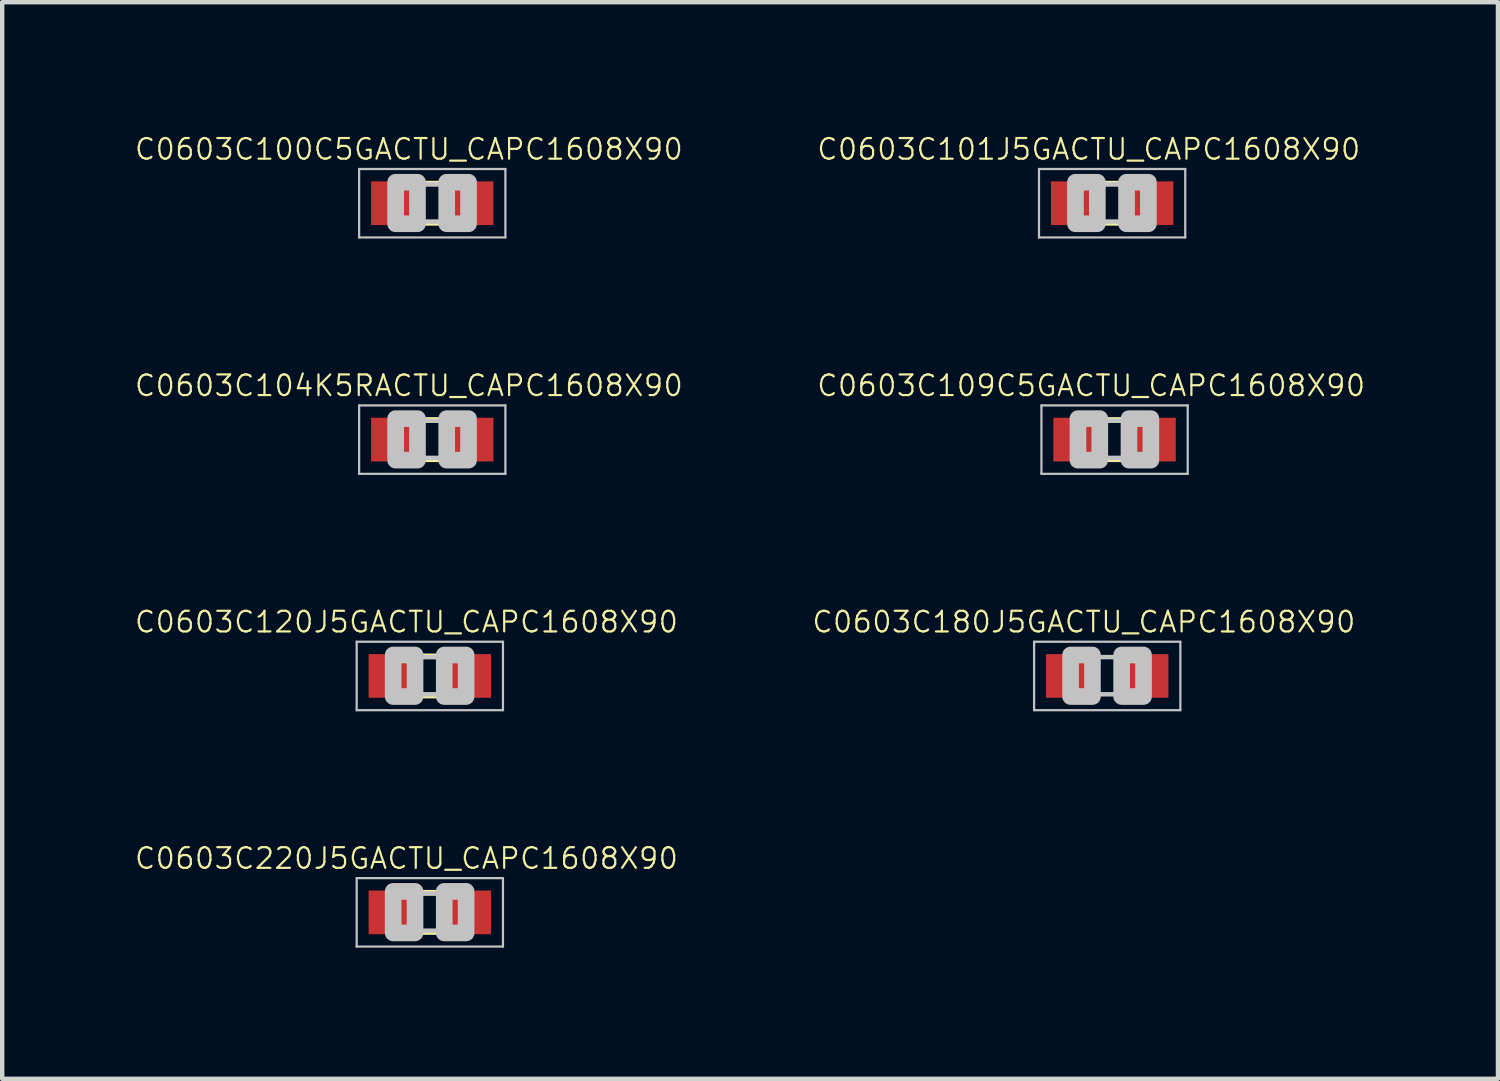
<source format=kicad_pcb>
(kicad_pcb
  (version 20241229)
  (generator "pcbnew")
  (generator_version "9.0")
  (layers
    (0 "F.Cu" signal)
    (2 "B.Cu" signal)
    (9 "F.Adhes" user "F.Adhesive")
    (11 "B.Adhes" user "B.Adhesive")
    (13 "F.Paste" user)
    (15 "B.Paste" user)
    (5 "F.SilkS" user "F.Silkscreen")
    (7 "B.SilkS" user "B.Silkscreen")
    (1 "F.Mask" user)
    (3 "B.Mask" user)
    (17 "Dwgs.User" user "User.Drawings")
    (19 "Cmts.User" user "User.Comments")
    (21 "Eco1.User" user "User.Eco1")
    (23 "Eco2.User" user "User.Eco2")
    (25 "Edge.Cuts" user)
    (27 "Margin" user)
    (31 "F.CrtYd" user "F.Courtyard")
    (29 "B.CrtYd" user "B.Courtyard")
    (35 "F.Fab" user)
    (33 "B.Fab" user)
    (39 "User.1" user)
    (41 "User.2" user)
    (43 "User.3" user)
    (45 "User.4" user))
  (footprint "C0603C109C5GACTU_CAPC1608X90"
    (layer "F.Cu")
    (at 22.448 7.007)
    (property "Reference" "C0603C109C5GACTU_CAPC1608X90" (at -0.535 -1.235 0) (layer "F.SilkS") (effects (font (size 0.472 0.472) (thickness 0.05))))
    (attr smd)
    (fp_line (start -0.15 -0.45) (end 0.15 -0.45) (stroke (width 0.127) (type solid)) (layer "F.SilkS"))
    (fp_line (start -0.15 0.45) (end 0.15 0.45) (stroke (width 0.127) (type solid)) (layer "F.SilkS"))
    (fp_line (start -1.673 -0.783) (end 1.673 -0.783) (stroke (width 0.051) (type solid)) (layer "Dwgs.User"))
    (fp_line (start -1.673 0.783) (end -1.673 -0.783) (stroke (width 0.051) (type solid)) (layer "Dwgs.User"))
    (fp_line (start -0.356 -0.432) (end 0.356 -0.432) (stroke (width 0.102) (type solid)) (layer "Dwgs.User"))
    (fp_line (start -0.356 0.419) (end 0.356 0.419) (stroke (width 0.102) (type solid)) (layer "Dwgs.User"))
    (fp_line (start 1.673 -0.783) (end 1.673 0.783) (stroke (width 0.051) (type solid)) (layer "Dwgs.User"))
    (fp_line (start 1.673 0.783) (end -1.673 0.783) (stroke (width 0.051) (type solid)) (layer "Dwgs.User"))
    (fp_poly (pts (xy -0.838 -0.48) (xy -0.338 -0.48) (xy -0.338 0.47) (xy -0.838 0.47)) (stroke (width 0.381) (type solid)) (fill no) (layer "Dwgs.User"))
    (fp_poly (pts (xy 0.33 -0.48) (xy 0.83 -0.48) (xy 0.83 0.47) (xy 0.33 0.47)) (stroke (width 0.381) (type solid)) (fill no) (layer "Dwgs.User"))
    (pad "1" smd rect (at -0.85 0) (size 1.1 1) (layers "F.Cu" "F.Mask" "F.Paste"))
    (pad "2" smd rect (at 0.85 0) (size 1.1 1) (layers "F.Cu" "F.Mask" "F.Paste")))
  (footprint "C0603C180J5GACTU_CAPC1608X90"
    (layer "F.Cu")
    (at 22.28 12.414)
    (property "Reference" "C0603C180J5GACTU_CAPC1608X90" (at -0.535 -1.235 0) (layer "F.SilkS") (effects (font (size 0.472 0.472) (thickness 0.05))))
    (attr smd)
    (fp_line (start -1.673 -0.783) (end 1.673 -0.783) (stroke (width 0.051) (type solid)) (layer "Dwgs.User"))
    (fp_line (start -1.673 0.783) (end -1.673 -0.783) (stroke (width 0.051) (type solid)) (layer "Dwgs.User"))
    (fp_line (start -0.356 -0.432) (end 0.356 -0.432) (stroke (width 0.102) (type solid)) (layer "Dwgs.User"))
    (fp_line (start -0.356 0.419) (end 0.356 0.419) (stroke (width 0.102) (type solid)) (layer "Dwgs.User"))
    (fp_line (start 1.673 -0.783) (end 1.673 0.783) (stroke (width 0.051) (type solid)) (layer "Dwgs.User"))
    (fp_line (start 1.673 0.783) (end -1.673 0.783) (stroke (width 0.051) (type solid)) (layer "Dwgs.User"))
    (fp_poly (pts (xy -0.838 -0.48) (xy -0.338 -0.48) (xy -0.338 0.47) (xy -0.838 0.47)) (stroke (width 0.381) (type solid)) (fill no) (layer "Dwgs.User"))
    (fp_poly (pts (xy 0.33 -0.48) (xy 0.83 -0.48) (xy 0.83 0.47) (xy 0.33 0.47)) (stroke (width 0.381) (type solid)) (fill no) (layer "Dwgs.User"))
    (pad "1" smd rect (at -0.85 0) (size 1.1 1) (layers "F.Cu" "F.Mask" "F.Paste"))
    (pad "2" smd rect (at 0.85 0) (size 1.1 1) (layers "F.Cu" "F.Mask" "F.Paste")))
  (footprint "C0603C220J5GACTU_CAPC1608X90"
    (layer "F.Cu")
    (at 6.783 17.822)
    (property "Reference" "C0603C220J5GACTU_CAPC1608X90" (at -0.535 -1.235 0) (layer "F.SilkS") (effects (font (size 0.472 0.472) (thickness 0.05))))
    (attr smd)
    (fp_line (start -0.15 -0.45) (end 0.15 -0.45) (stroke (width 0.127) (type solid)) (layer "F.SilkS"))
    (fp_line (start -0.15 0.45) (end 0.15 0.45) (stroke (width 0.127) (type solid)) (layer "F.SilkS"))
    (fp_line (start -1.673 -0.783) (end 1.673 -0.783) (stroke (width 0.051) (type solid)) (layer "Dwgs.User"))
    (fp_line (start -1.673 0.783) (end -1.673 -0.783) (stroke (width 0.051) (type solid)) (layer "Dwgs.User"))
    (fp_line (start -0.356 -0.432) (end 0.356 -0.432) (stroke (width 0.102) (type solid)) (layer "Dwgs.User"))
    (fp_line (start -0.356 0.419) (end 0.356 0.419) (stroke (width 0.102) (type solid)) (layer "Dwgs.User"))
    (fp_line (start 1.673 -0.783) (end 1.673 0.783) (stroke (width 0.051) (type solid)) (layer "Dwgs.User"))
    (fp_line (start 1.673 0.783) (end -1.673 0.783) (stroke (width 0.051) (type solid)) (layer "Dwgs.User"))
    (fp_poly (pts (xy -0.838 -0.48) (xy -0.338 -0.48) (xy -0.338 0.47) (xy -0.838 0.47)) (stroke (width 0.381) (type solid)) (fill no) (layer "Dwgs.User"))
    (fp_poly (pts (xy 0.33 -0.48) (xy 0.83 -0.48) (xy 0.83 0.47) (xy 0.33 0.47)) (stroke (width 0.381) (type solid)) (fill no) (layer "Dwgs.User"))
    (pad "1" smd rect (at -0.85 0) (size 1.1 1) (layers "F.Cu" "F.Mask" "F.Paste"))
    (pad "2" smd rect (at 0.85 0) (size 1.1 1) (layers "F.Cu" "F.Mask" "F.Paste")))
  (footprint "C0603C101J5GACTU_CAPC1608X90"
    (layer "F.Cu")
    (at 22.392 1.599)
    (property "Reference" "C0603C101J5GACTU_CAPC1608X90" (at -0.535 -1.235 0) (layer "F.SilkS") (effects (font (size 0.472 0.472) (thickness 0.05))))
    (attr smd)
    (fp_line (start -0.15 -0.45) (end 0.15 -0.45) (stroke (width 0.127) (type solid)) (layer "F.SilkS"))
    (fp_line (start -0.15 0.45) (end 0.15 0.45) (stroke (width 0.127) (type solid)) (layer "F.SilkS"))
    (fp_line (start -1.673 -0.783) (end 1.673 -0.783) (stroke (width 0.051) (type solid)) (layer "Dwgs.User"))
    (fp_line (start -1.673 0.783) (end -1.673 -0.783) (stroke (width 0.051) (type solid)) (layer "Dwgs.User"))
    (fp_line (start -0.356 -0.432) (end 0.356 -0.432) (stroke (width 0.102) (type solid)) (layer "Dwgs.User"))
    (fp_line (start -0.356 0.419) (end 0.356 0.419) (stroke (width 0.102) (type solid)) (layer "Dwgs.User"))
    (fp_line (start 1.673 -0.783) (end 1.673 0.783) (stroke (width 0.051) (type solid)) (layer "Dwgs.User"))
    (fp_line (start 1.673 0.783) (end -1.673 0.783) (stroke (width 0.051) (type solid)) (layer "Dwgs.User"))
    (fp_poly (pts (xy -0.838 -0.48) (xy -0.338 -0.48) (xy -0.338 0.47) (xy -0.838 0.47)) (stroke (width 0.381) (type solid)) (fill no) (layer "Dwgs.User"))
    (fp_poly (pts (xy 0.33 -0.48) (xy 0.83 -0.48) (xy 0.83 0.47) (xy 0.33 0.47)) (stroke (width 0.381) (type solid)) (fill no) (layer "Dwgs.User"))
    (pad "1" smd rect (at -0.85 0) (size 1.1 1) (layers "F.Cu" "F.Mask" "F.Paste"))
    (pad "2" smd rect (at 0.85 0) (size 1.1 1) (layers "F.Cu" "F.Mask" "F.Paste")))
  (footprint "C0603C104K5RACTU_CAPC1608X90"
    (layer "F.Cu")
    (at 6.839 7.007)
    (property "Reference" "C0603C104K5RACTU_CAPC1608X90" (at -0.535 -1.235 0) (layer "F.SilkS") (effects (font (size 0.472 0.472) (thickness 0.05))))
    (attr smd)
    (fp_line (start -0.15 -0.45) (end 0.15 -0.45) (stroke (width 0.127) (type solid)) (layer "F.SilkS"))
    (fp_line (start -0.15 0.45) (end 0.15 0.45) (stroke (width 0.127) (type solid)) (layer "F.SilkS"))
    (fp_line (start -1.673 -0.783) (end 1.673 -0.783) (stroke (width 0.051) (type solid)) (layer "Dwgs.User"))
    (fp_line (start -1.673 0.783) (end -1.673 -0.783) (stroke (width 0.051) (type solid)) (layer "Dwgs.User"))
    (fp_line (start -0.356 -0.432) (end 0.356 -0.432) (stroke (width 0.102) (type solid)) (layer "Dwgs.User"))
    (fp_line (start -0.356 0.419) (end 0.356 0.419) (stroke (width 0.102) (type solid)) (layer "Dwgs.User"))
    (fp_line (start 1.673 -0.783) (end 1.673 0.783) (stroke (width 0.051) (type solid)) (layer "Dwgs.User"))
    (fp_line (start 1.673 0.783) (end -1.673 0.783) (stroke (width 0.051) (type solid)) (layer "Dwgs.User"))
    (fp_poly (pts (xy -0.838 -0.48) (xy -0.338 -0.48) (xy -0.338 0.47) (xy -0.838 0.47)) (stroke (width 0.381) (type solid)) (fill no) (layer "Dwgs.User"))
    (fp_poly (pts (xy 0.33 -0.48) (xy 0.83 -0.48) (xy 0.83 0.47) (xy 0.33 0.47)) (stroke (width 0.381) (type solid)) (fill no) (layer "Dwgs.User"))
    (pad "1" smd rect (at -0.85 0) (size 1.1 1) (layers "F.Cu" "F.Mask" "F.Paste"))
    (pad "2" smd rect (at 0.85 0) (size 1.1 1) (layers "F.Cu" "F.Mask" "F.Paste")))
  (footprint "C0603C120J5GACTU_CAPC1608X90"
    (layer "F.Cu")
    (at 6.783 12.414)
    (property "Reference" "C0603C120J5GACTU_CAPC1608X90" (at -0.535 -1.235 0) (layer "F.SilkS") (effects (font (size 0.472 0.472) (thickness 0.05))))
    (attr smd)
    (fp_line (start -0.15 -0.45) (end 0.15 -0.45) (stroke (width 0.127) (type solid)) (layer "F.SilkS"))
    (fp_line (start -0.15 0.45) (end 0.15 0.45) (stroke (width 0.127) (type solid)) (layer "F.SilkS"))
    (fp_line (start -1.673 -0.783) (end 1.673 -0.783) (stroke (width 0.051) (type solid)) (layer "Dwgs.User"))
    (fp_line (start -1.673 0.783) (end -1.673 -0.783) (stroke (width 0.051) (type solid)) (layer "Dwgs.User"))
    (fp_line (start -0.356 -0.432) (end 0.356 -0.432) (stroke (width 0.102) (type solid)) (layer "Dwgs.User"))
    (fp_line (start -0.356 0.419) (end 0.356 0.419) (stroke (width 0.102) (type solid)) (layer "Dwgs.User"))
    (fp_line (start 1.673 -0.783) (end 1.673 0.783) (stroke (width 0.051) (type solid)) (layer "Dwgs.User"))
    (fp_line (start 1.673 0.783) (end -1.673 0.783) (stroke (width 0.051) (type solid)) (layer "Dwgs.User"))
    (fp_poly (pts (xy -0.838 -0.48) (xy -0.338 -0.48) (xy -0.338 0.47) (xy -0.838 0.47)) (stroke (width 0.381) (type solid)) (fill no) (layer "Dwgs.User"))
    (fp_poly (pts (xy 0.33 -0.48) (xy 0.83 -0.48) (xy 0.83 0.47) (xy 0.33 0.47)) (stroke (width 0.381) (type solid)) (fill no) (layer "Dwgs.User"))
    (pad "1" smd rect (at -0.85 0) (size 1.1 1) (layers "F.Cu" "F.Mask" "F.Paste"))
    (pad "2" smd rect (at 0.85 0) (size 1.1 1) (layers "F.Cu" "F.Mask" "F.Paste")))
  (footprint "C0603C100C5GACTU_CAPC1608X90"
    (layer "F.Cu")
    (at 6.839 1.599)
    (property "Reference" "C0603C100C5GACTU_CAPC1608X90" (at -0.535 -1.235 0) (layer "F.SilkS") (effects (font (size 0.472 0.472) (thickness 0.05))))
    (attr smd)
    (fp_line (start -0.15 -0.45) (end 0.15 -0.45) (stroke (width 0.127) (type solid)) (layer "F.SilkS"))
    (fp_line (start -0.15 0.45) (end 0.15 0.45) (stroke (width 0.127) (type solid)) (layer "F.SilkS"))
    (fp_line (start -1.673 -0.783) (end 1.673 -0.783) (stroke (width 0.051) (type solid)) (layer "Dwgs.User"))
    (fp_line (start -1.673 0.783) (end -1.673 -0.783) (stroke (width 0.051) (type solid)) (layer "Dwgs.User"))
    (fp_line (start -0.356 -0.432) (end 0.356 -0.432) (stroke (width 0.102) (type solid)) (layer "Dwgs.User"))
    (fp_line (start -0.356 0.419) (end 0.356 0.419) (stroke (width 0.102) (type solid)) (layer "Dwgs.User"))
    (fp_line (start 1.673 -0.783) (end 1.673 0.783) (stroke (width 0.051) (type solid)) (layer "Dwgs.User"))
    (fp_line (start 1.673 0.783) (end -1.673 0.783) (stroke (width 0.051) (type solid)) (layer "Dwgs.User"))
    (fp_poly (pts (xy -0.838 -0.48) (xy -0.338 -0.48) (xy -0.338 0.47) (xy -0.838 0.47)) (stroke (width 0.381) (type solid)) (fill no) (layer "Dwgs.User"))
    (fp_poly (pts (xy 0.33 -0.48) (xy 0.83 -0.48) (xy 0.83 0.47) (xy 0.33 0.47)) (stroke (width 0.381) (type solid)) (fill no) (layer "Dwgs.User"))
    (pad "1" smd rect (at -0.85 0) (size 1.1 1) (layers "F.Cu" "F.Mask" "F.Paste"))
    (pad "2" smd rect (at 0.85 0) (size 1.1 1) (layers "F.Cu" "F.Mask" "F.Paste")))
  (gr_rect
    (start -3 -3)
    (end 31.218 21.63)
    (stroke (width 0.1) (type default))
    (fill no)
    (layer "Edge.Cuts")))
</source>
